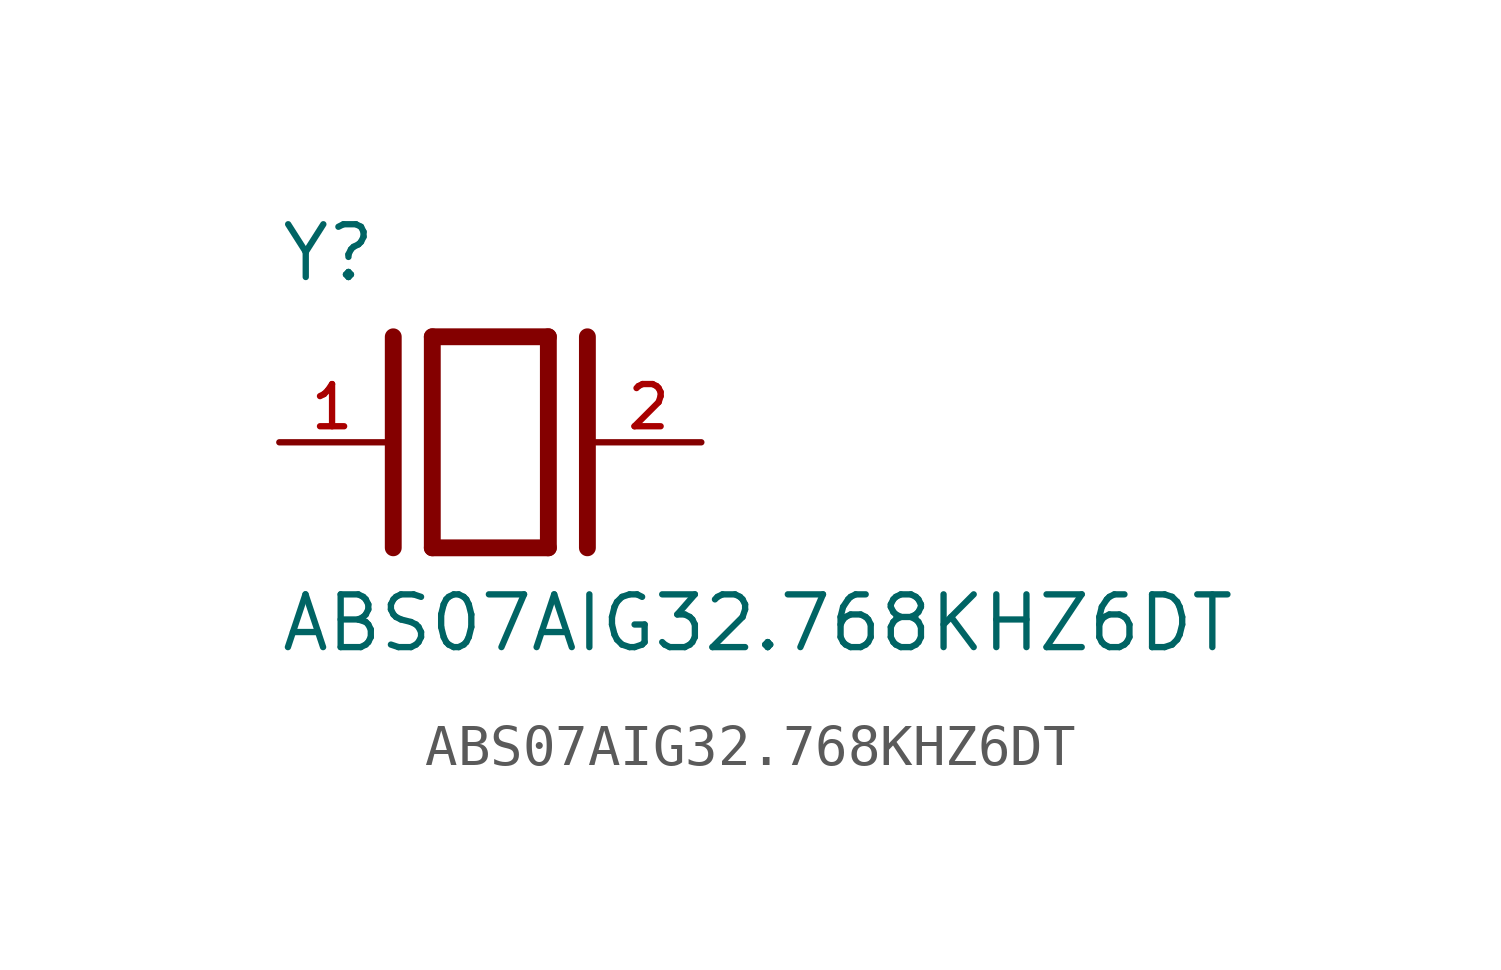
<source format=kicad_sym>
(kicad_symbol_lib
  (version 20211014)
  (generator kicad_symbol_editor)
  (symbol "ABS07AIG32.768KHZ6DT"
    (pin_names
      (offset 1.016))
    (property "Reference" "Y"
      (at -5.088 3.816 0)
      (effects (font (size 1.27 1.27)) (justify bottom left)))
    (property "Value" "ABS07AIG32.768KHZ6DT"
      (at -5.094 -5.094 0)
      (effects (font (size 1.27 1.27)) (justify bottom left)))
    (symbol "ABS07AIG32.768KHZ6DT_0_0"
      (polyline (pts (xy -1.397 2.54) (xy 1.397 2.54)) (stroke (width 0.406)))
      (polyline (pts (xy 1.397 2.54) (xy 1.397 -2.54)) (stroke (width 0.406)))
      (polyline (pts (xy 1.397 -2.54) (xy -1.397 -2.54)) (stroke (width 0.406)))
      (polyline (pts (xy -1.397 2.54) (xy -1.397 -2.54)) (stroke (width 0.406)))
      (polyline (pts (xy 2.337 2.54) (xy 2.337 -2.54)) (stroke (width 0.406)))
      (polyline (pts (xy -2.337 2.54) (xy -2.337 -2.54)) (stroke (width 0.406)))
      (pin passive line (at 5.08 0.0 180.0) (length 2.54) (name "~" (effects (font (size 1.016 1.016)))) (number "2" (effects (font (size 1.016 1.016)))))
      (pin passive line (at -5.08 0.0 0) (length 2.54) (name "~" (effects (font (size 1.016 1.016)))) (number "1" (effects (font (size 1.016 1.016))))))))
</source>
